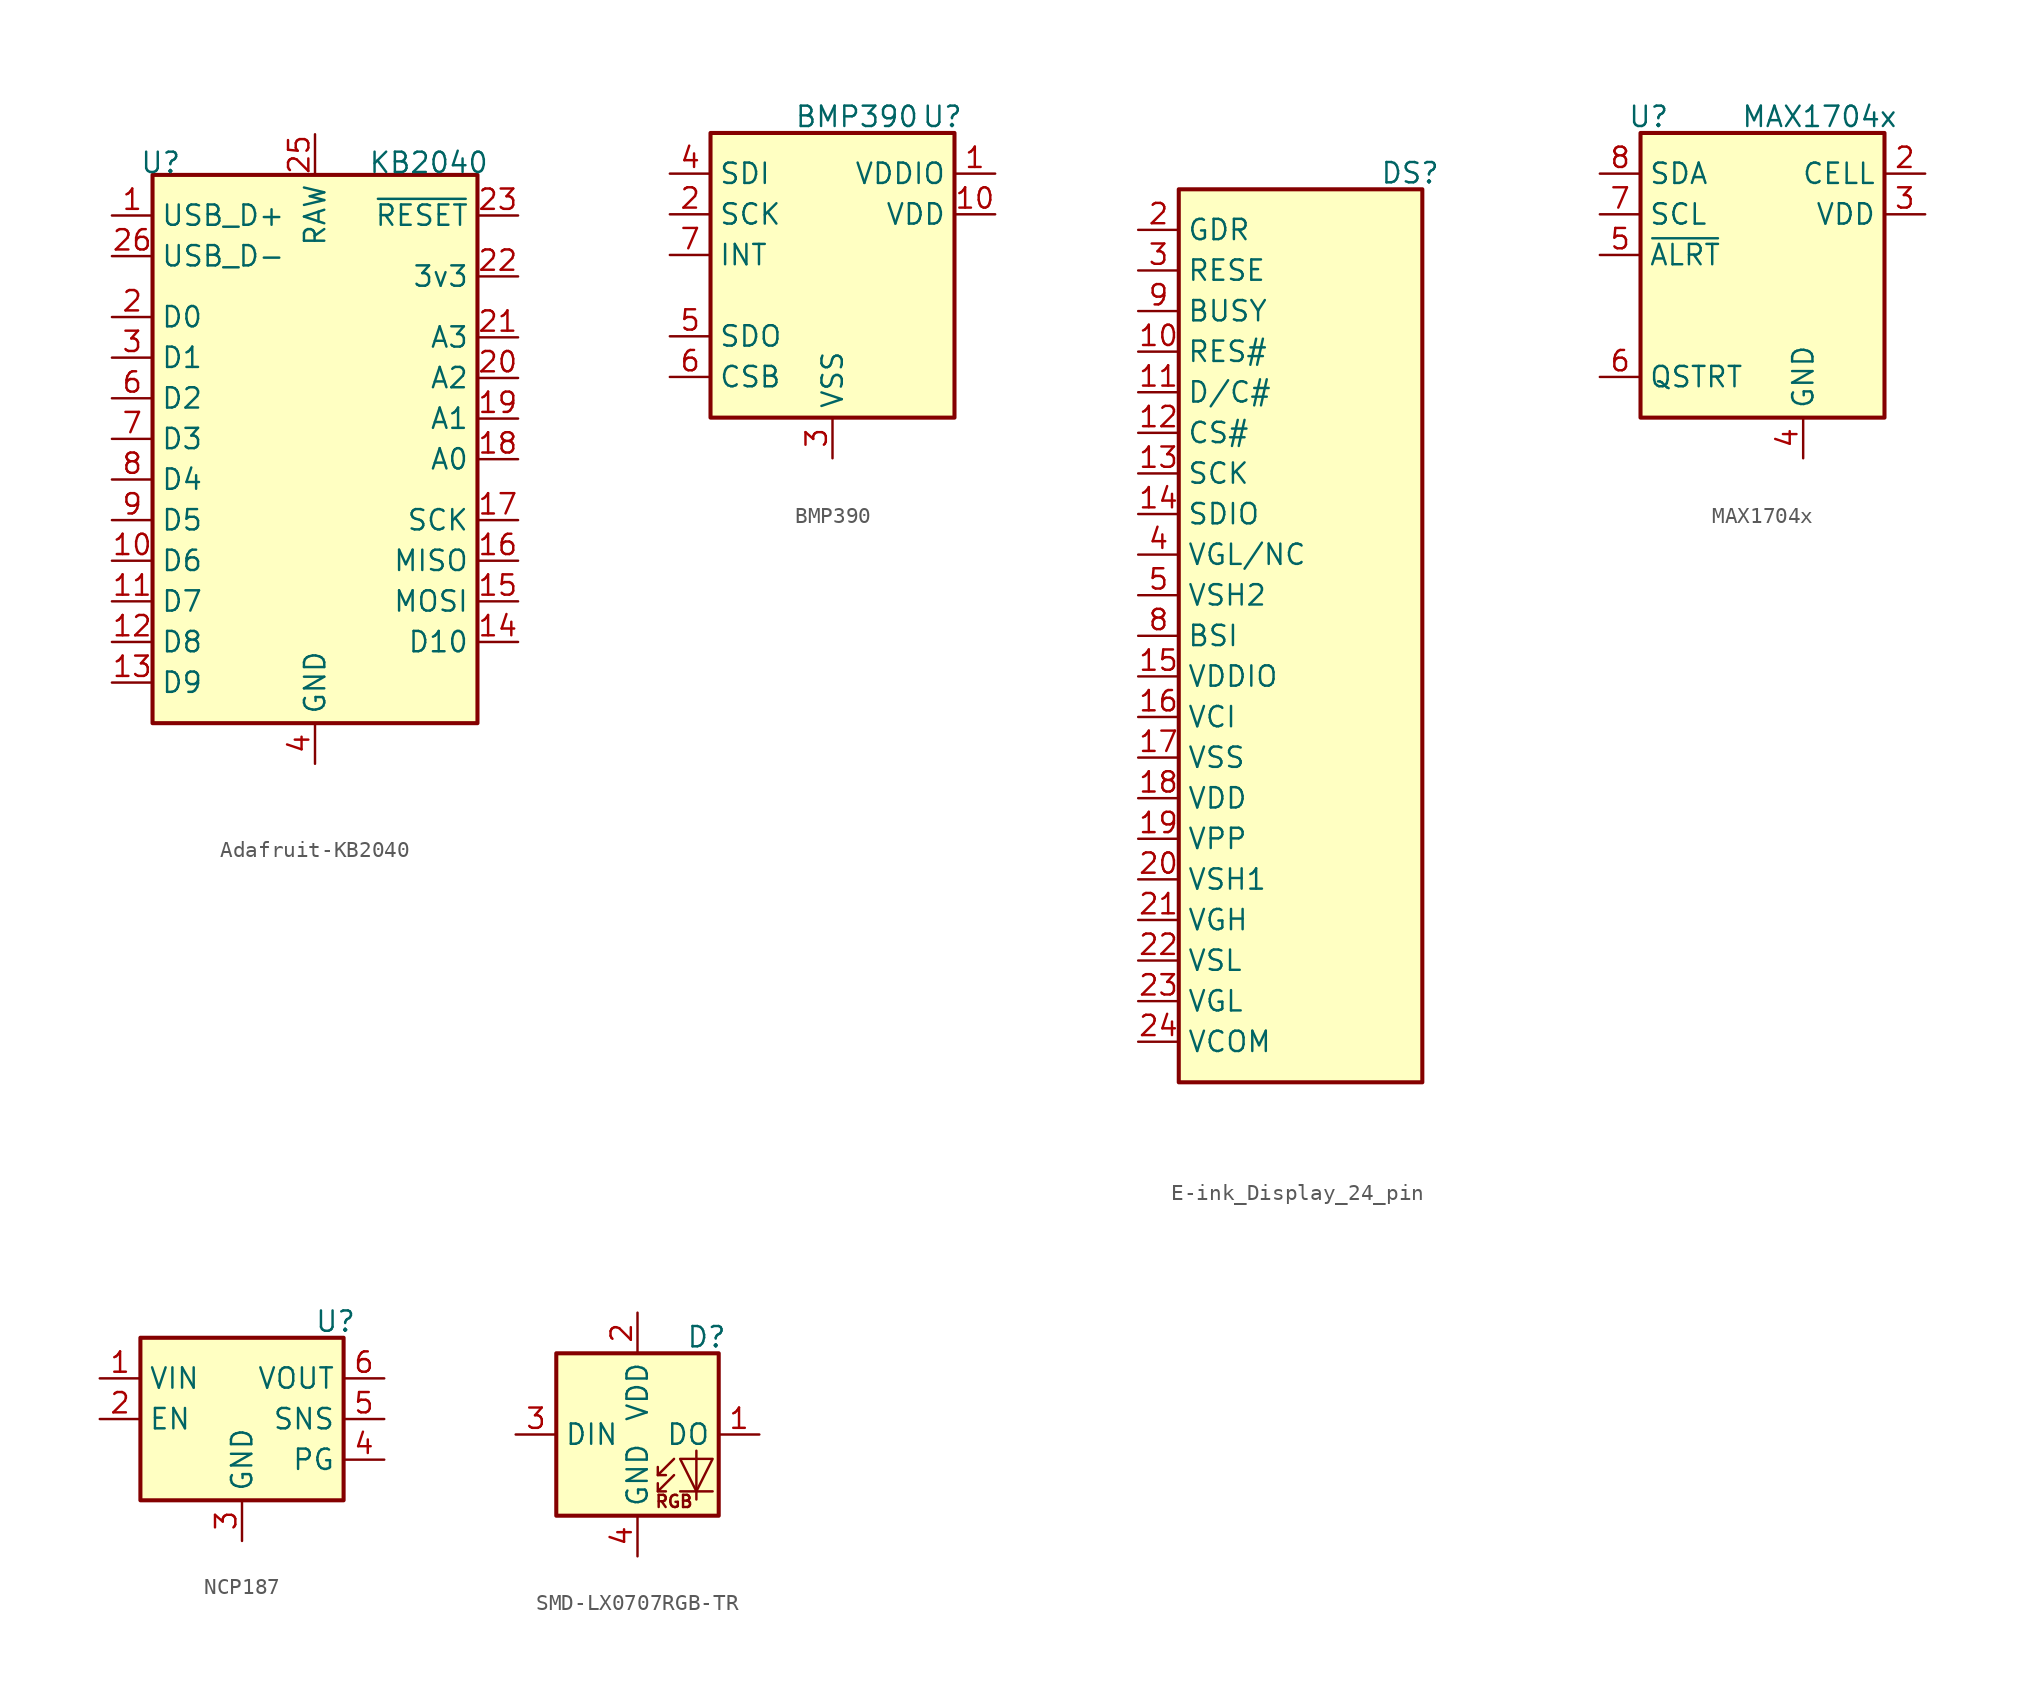
<source format=kicad_sym>
(kicad_symbol_lib
  (version 20231120)
  (generator "kicad_symbol_editor")
  (generator_version "8.0")
  (symbol "Adafruit-KB2040"
    (property "Reference" "U"
      (at -9.652 18.542 0)
      (effects (font (size 1.27 1.27))))
    (property "Value" "KB2040"
      (at 7.112 18.542 0)
      (effects (font (size 1.27 1.27))))
    (symbol "Adafruit-KB2040_0_1"
      (rectangle (start -10.16 17.78) (end 10.16 -16.51) (stroke (width 0.254) (type default)) (fill (type background))))
    (symbol "Adafruit-KB2040_1_1"
      (pin bidirectional line (at -12.7 15.24 0) (length 2.54) (name "USB_D+" (effects (font (size 1.27 1.27)))) (number "1" (effects (font (size 1.27 1.27)))))
      (pin bidirectional line (at -12.7 -6.35 0) (length 2.54) (name "D6" (effects (font (size 1.27 1.27)))) (number "10" (effects (font (size 1.27 1.27)))))
      (pin bidirectional line (at -12.7 -8.89 0) (length 2.54) (name "D7" (effects (font (size 1.27 1.27)))) (number "11" (effects (font (size 1.27 1.27)))))
      (pin bidirectional line (at -12.7 -11.43 0) (length 2.54) (name "D8" (effects (font (size 1.27 1.27)))) (number "12" (effects (font (size 1.27 1.27)))))
      (pin bidirectional line (at -12.7 -13.97 0) (length 2.54) (name "D9" (effects (font (size 1.27 1.27)))) (number "13" (effects (font (size 1.27 1.27)))))
      (pin bidirectional line (at 12.7 -11.43 180) (length 2.54) (name "D10" (effects (font (size 1.27 1.27)))) (number "14" (effects (font (size 1.27 1.27)))))
      (pin bidirectional line (at 12.7 -8.89 180) (length 2.54) (name "MOSI" (effects (font (size 1.27 1.27)))) (number "15" (effects (font (size 1.27 1.27)))))
      (pin bidirectional line (at 12.7 -6.35 180) (length 2.54) (name "MISO" (effects (font (size 1.27 1.27)))) (number "16" (effects (font (size 1.27 1.27)))))
      (pin bidirectional line (at 12.7 -3.81 180) (length 2.54) (name "SCK" (effects (font (size 1.27 1.27)))) (number "17" (effects (font (size 1.27 1.27)))))
      (pin bidirectional line (at 12.7 0 180) (length 2.54) (name "A0" (effects (font (size 1.27 1.27)))) (number "18" (effects (font (size 1.27 1.27)))))
      (pin bidirectional line (at 12.7 2.54 180) (length 2.54) (name "A1" (effects (font (size 1.27 1.27)))) (number "19" (effects (font (size 1.27 1.27)))))
      (pin bidirectional line (at -12.7 8.89 0) (length 2.54) (name "D0" (effects (font (size 1.27 1.27)))) (number "2" (effects (font (size 1.27 1.27)))))
      (pin bidirectional line (at 12.7 5.08 180) (length 2.54) (name "A2" (effects (font (size 1.27 1.27)))) (number "20" (effects (font (size 1.27 1.27)))))
      (pin bidirectional line (at 12.7 7.62 180) (length 2.54) (name "A3" (effects (font (size 1.27 1.27)))) (number "21" (effects (font (size 1.27 1.27)))))
      (pin power_out line (at 12.7 11.43 180) (length 2.54) (name "3v3" (effects (font (size 1.27 1.27)))) (number "22" (effects (font (size 1.27 1.27)))))
      (pin input line (at 12.7 15.24 180) (length 2.54) (name "~{RESET}" (effects (font (size 1.27 1.27)))) (number "23" (effects (font (size 1.27 1.27)))))
      (pin passive line (at 0 -19.05 90) (length 2.54) hide (name "GND" (effects (font (size 1.27 1.27)))) (number "24" (effects (font (size 1.27 1.27)))))
      (pin bidirectional line (at 0 20.32 270) (length 2.54) (name "RAW" (effects (font (size 1.27 1.27)))) (number "25" (effects (font (size 1.27 1.27)))))
      (pin bidirectional line (at -12.7 12.7 0) (length 2.54) (name "USB_D-" (effects (font (size 1.27 1.27)))) (number "26" (effects (font (size 1.27 1.27)))))
      (pin bidirectional line (at -12.7 6.35 0) (length 2.54) (name "D1" (effects (font (size 1.27 1.27)))) (number "3" (effects (font (size 1.27 1.27)))))
      (pin power_in line (at 0 -19.05 90) (length 2.54) (name "GND" (effects (font (size 1.27 1.27)))) (number "4" (effects (font (size 1.27 1.27)))))
      (pin passive line (at 0 -19.05 90) (length 2.54) hide (name "GND" (effects (font (size 1.27 1.27)))) (number "5" (effects (font (size 1.27 1.27)))))
      (pin bidirectional line (at -12.7 3.81 0) (length 2.54) (name "D2" (effects (font (size 1.27 1.27)))) (number "6" (effects (font (size 1.27 1.27)))))
      (pin bidirectional line (at -12.7 1.27 0) (length 2.54) (name "D3" (effects (font (size 1.27 1.27)))) (number "7" (effects (font (size 1.27 1.27)))))
      (pin bidirectional line (at -12.7 -1.27 0) (length 2.54) (name "D4" (effects (font (size 1.27 1.27)))) (number "8" (effects (font (size 1.27 1.27)))))
      (pin bidirectional line (at -12.7 -3.81 0) (length 2.54) (name "D5" (effects (font (size 1.27 1.27)))) (number "9" (effects (font (size 1.27 1.27)))))
      (pin passive line (at 12.7 -15.24 180) (length 2.54) hide (name "JMP" (effects (font (size 1.27 1.27)))) (number "JMP" (effects (font (size 1.27 1.27)))))))
  (symbol "BMP390"
    (property "Reference" "U"
      (at 6.858 9.906 0)
      (effects (font (size 1.27 1.27))))
    (property "Value" "BMP390"
      (at 1.524 9.906 0)
      (effects (font (size 1.27 1.27))))
    (symbol "BMP390_0_1"
      (rectangle (start -7.62 8.89) (end 7.62 -8.89) (stroke (width 0.254) (type default)) (fill (type background))))
    (symbol "BMP390_1_1"
      (pin power_in line (at 10.16 6.35 180) (length 2.54) (name "VDDIO" (effects (font (size 1.27 1.27)))) (number "1" (effects (font (size 1.27 1.27)))))
      (pin power_in line (at 10.16 3.81 180) (length 2.54) (name "VDD" (effects (font (size 1.27 1.27)))) (number "10" (effects (font (size 1.27 1.27)))))
      (pin input line (at -10.16 3.81 0) (length 2.54) (name "SCK" (effects (font (size 1.27 1.27)))) (number "2" (effects (font (size 1.27 1.27)))))
      (pin power_in line (at 0 -11.43 90) (length 2.54) (name "VSS" (effects (font (size 1.27 1.27)))) (number "3" (effects (font (size 1.27 1.27)))))
      (pin bidirectional line (at -10.16 6.35 0) (length 2.54) (name "SDI" (effects (font (size 1.27 1.27)))) (number "4" (effects (font (size 1.27 1.27)))))
      (pin output line (at -10.16 -3.81 0) (length 2.54) (name "SDO" (effects (font (size 1.27 1.27)))) (number "5" (effects (font (size 1.27 1.27)))))
      (pin output line (at -10.16 -6.35 0) (length 2.54) (name "CSB" (effects (font (size 1.27 1.27)))) (number "6" (effects (font (size 1.27 1.27)))))
      (pin output line (at -10.16 1.27 0) (length 2.54) (name "INT" (effects (font (size 1.27 1.27)))) (number "7" (effects (font (size 1.27 1.27)))))
      (pin power_in line (at 0 -11.43 90) (length 2.54) hide (name "VSS" (effects (font (size 1.27 1.27)))) (number "8" (effects (font (size 1.27 1.27)))))
      (pin power_in line (at 0 -11.43 90) (length 2.54) hide (name "VSS" (effects (font (size 1.27 1.27)))) (number "9" (effects (font (size 1.27 1.27)))))))
  (symbol "E-ink_Display_24_pin"
    (property "Reference" "DS"
      (at 6.858 28.956 0)
      (effects (font (size 1.27 1.27))))
    (property "Value" ""
      (at 2.54 -20.32 0)
      (effects (font (size 1.27 1.27))))
    (symbol "E-ink_Display_24_pin_0_1"
      (rectangle (start -7.62 27.94) (end 7.62 -27.94) (stroke (width 0.254) (type default)) (fill (type background))))
    (symbol "E-ink_Display_24_pin_1_1"
      (pin no_connect line (at 10.16 -15.24 180) (length 2.54) hide (name "NC" (effects (font (size 1.27 1.27)))) (number "1" (effects (font (size 1.27 1.27)))))
      (pin bidirectional line (at -10.16 17.78 0) (length 2.54) (name "RES#" (effects (font (size 1.27 1.27)))) (number "10" (effects (font (size 1.27 1.27)))))
      (pin bidirectional line (at -10.16 15.24 0) (length 2.54) (name "D/C#" (effects (font (size 1.27 1.27)))) (number "11" (effects (font (size 1.27 1.27)))))
      (pin bidirectional line (at -10.16 12.7 0) (length 2.54) (name "CS#" (effects (font (size 1.27 1.27)))) (number "12" (effects (font (size 1.27 1.27)))))
      (pin bidirectional line (at -10.16 10.16 0) (length 2.54) (name "SCK" (effects (font (size 1.27 1.27)))) (number "13" (effects (font (size 1.27 1.27)))))
      (pin bidirectional line (at -10.16 7.62 0) (length 2.54) (name "SDIO" (effects (font (size 1.27 1.27)))) (number "14" (effects (font (size 1.27 1.27)))))
      (pin bidirectional line (at -10.16 -2.54 0) (length 2.54) (name "VDDIO" (effects (font (size 1.27 1.27)))) (number "15" (effects (font (size 1.27 1.27)))))
      (pin bidirectional line (at -10.16 -5.08 0) (length 2.54) (name "VCI" (effects (font (size 1.27 1.27)))) (number "16" (effects (font (size 1.27 1.27)))))
      (pin bidirectional line (at -10.16 -7.62 0) (length 2.54) (name "VSS" (effects (font (size 1.27 1.27)))) (number "17" (effects (font (size 1.27 1.27)))))
      (pin bidirectional line (at -10.16 -10.16 0) (length 2.54) (name "VDD" (effects (font (size 1.27 1.27)))) (number "18" (effects (font (size 1.27 1.27)))))
      (pin no_connect line (at 10.16 -25.4 180) (length 2.54) hide (name "NC" (effects (font (size 1.27 1.27)))) (number "19" (effects (font (size 1.27 1.27)))))
      (pin bidirectional line (at -10.16 -12.7 0) (length 2.54) (name "VPP" (effects (font (size 1.27 1.27)))) (number "19" (effects (font (size 1.27 1.27)))))
      (pin bidirectional line (at -10.16 25.4 0) (length 2.54) (name "GDR" (effects (font (size 1.27 1.27)))) (number "2" (effects (font (size 1.27 1.27)))))
      (pin bidirectional line (at -10.16 -15.24 0) (length 2.54) (name "VSH1" (effects (font (size 1.27 1.27)))) (number "20" (effects (font (size 1.27 1.27)))))
      (pin bidirectional line (at -10.16 -17.78 0) (length 2.54) (name "VGH" (effects (font (size 1.27 1.27)))) (number "21" (effects (font (size 1.27 1.27)))))
      (pin bidirectional line (at -10.16 -20.32 0) (length 2.54) (name "VSL" (effects (font (size 1.27 1.27)))) (number "22" (effects (font (size 1.27 1.27)))))
      (pin bidirectional line (at -10.16 -22.86 0) (length 2.54) (name "VGL" (effects (font (size 1.27 1.27)))) (number "23" (effects (font (size 1.27 1.27)))))
      (pin bidirectional line (at -10.16 -25.4 0) (length 2.54) (name "VCOM" (effects (font (size 1.27 1.27)))) (number "24" (effects (font (size 1.27 1.27)))))
      (pin bidirectional line (at -10.16 22.86 0) (length 2.54) (name "RESE" (effects (font (size 1.27 1.27)))) (number "3" (effects (font (size 1.27 1.27)))))
      (pin no_connect line (at 10.16 -17.78 180) (length 2.54) hide (name "NC" (effects (font (size 1.27 1.27)))) (number "4" (effects (font (size 1.27 1.27)))))
      (pin bidirectional line (at -10.16 5.08 0) (length 2.54) (name "VGL/NC" (effects (font (size 1.27 1.27)))) (number "4" (effects (font (size 1.27 1.27)))))
      (pin bidirectional line (at -10.16 2.54 0) (length 2.54) (name "VSH2" (effects (font (size 1.27 1.27)))) (number "5" (effects (font (size 1.27 1.27)))))
      (pin no_connect line (at 10.16 -20.32 180) (length 2.54) hide (name "NC" (effects (font (size 1.27 1.27)))) (number "6" (effects (font (size 1.27 1.27)))))
      (pin no_connect line (at 10.16 -22.86 180) (length 2.54) hide (name "NC" (effects (font (size 1.27 1.27)))) (number "7" (effects (font (size 1.27 1.27)))))
      (pin bidirectional line (at -10.16 0 0) (length 2.54) (name "BSI" (effects (font (size 1.27 1.27)))) (number "8" (effects (font (size 1.27 1.27)))))
      (pin bidirectional line (at -10.16 20.32 0) (length 2.54) (name "BUSY" (effects (font (size 1.27 1.27)))) (number "9" (effects (font (size 1.27 1.27)))))))
  (symbol "MAX1704x"
    (property "Reference" "U"
      (at -7.112 9.906 0)
      (effects (font (size 1.27 1.27))))
    (property "Value" "MAX1704x"
      (at 3.556 9.906 0)
      (effects (font (size 1.27 1.27))))
    (symbol "MAX1704x_0_1"
      (rectangle (start -7.62 8.89) (end 7.62 -8.89) (stroke (width 0.254) (type default)) (fill (type background))))
    (symbol "MAX1704x_1_1"
      (pin power_in line (at 2.54 -11.43 90) (length 2.54) hide (name "CTG" (effects (font (size 1.27 1.27)))) (number "1" (effects (font (size 1.27 1.27)))))
      (pin power_in line (at 10.16 6.35 180) (length 2.54) (name "CELL" (effects (font (size 1.27 1.27)))) (number "2" (effects (font (size 1.27 1.27)))))
      (pin power_in line (at 10.16 3.81 180) (length 2.54) (name "VDD" (effects (font (size 1.27 1.27)))) (number "3" (effects (font (size 1.27 1.27)))))
      (pin power_in line (at 2.54 -11.43 90) (length 2.54) (name "GND" (effects (font (size 1.27 1.27)))) (number "4" (effects (font (size 1.27 1.27)))))
      (pin output line (at -10.16 1.27 0) (length 2.54) (name "~{ALRT}" (effects (font (size 1.27 1.27)))) (number "5" (effects (font (size 1.27 1.27)))))
      (pin input line (at -10.16 -6.35 0) (length 2.54) (name "QSTRT" (effects (font (size 1.27 1.27)))) (number "6" (effects (font (size 1.27 1.27)))))
      (pin input line (at -10.16 3.81 0) (length 2.54) (name "SCL" (effects (font (size 1.27 1.27)))) (number "7" (effects (font (size 1.27 1.27)))))
      (pin bidirectional line (at -10.16 6.35 0) (length 2.54) (name "SDA" (effects (font (size 1.27 1.27)))) (number "8" (effects (font (size 1.27 1.27)))))))
  (symbol "NCP187"
    (property "Reference" "U"
      (at 5.842 6.096 0)
      (effects (font (size 1.27 1.27))))
    (symbol "NCP187_0_1"
      (rectangle (start -6.35 5.08) (end 6.35 -5.08) (stroke (width 0.254) (type default)) (fill (type background))))
    (symbol "NCP187_1_1"
      (pin power_in line (at -8.89 2.54 0) (length 2.54) (name "VIN" (effects (font (size 1.27 1.27)))) (number "1" (effects (font (size 1.27 1.27)))))
      (pin input line (at -8.89 0 0) (length 2.54) (name "EN" (effects (font (size 1.27 1.27)))) (number "2" (effects (font (size 1.27 1.27)))))
      (pin power_in line (at 0 -7.62 90) (length 2.54) (name "GND" (effects (font (size 1.27 1.27)))) (number "3" (effects (font (size 1.27 1.27)))))
      (pin output line (at 8.89 -2.54 180) (length 2.54) (name "PG" (effects (font (size 1.27 1.27)))) (number "4" (effects (font (size 1.27 1.27)))))
      (pin power_in line (at 8.89 0 180) (length 2.54) (name "SNS" (effects (font (size 1.27 1.27)))) (number "5" (effects (font (size 1.27 1.27)))))
      (pin power_out line (at 8.89 2.54 180) (length 2.54) (name "VOUT" (effects (font (size 1.27 1.27)))) (number "6" (effects (font (size 1.27 1.27)))))
      (pin passive line (at 0 -7.62 90) (length 2.54) hide (name "EP" (effects (font (size 1.27 1.27)))) (number "EP" (effects (font (size 1.27 1.27)))))))
  (symbol "SMD-LX0707RGB-TR"
    (property "Reference" "D"
      (at 4.318 6.096 0)
      (effects (font (size 1.27 1.27))))
    (property "Value" ""
      (at 0 0 0)
      (effects (font (size 1.27 1.27))))
    (symbol "SMD-LX0707RGB-TR_0_0"
      (text "RGB" (at 2.286 -4.191 0) (effects (font (size 0.762 0.762)))))
    (symbol "SMD-LX0707RGB-TR_0_1"
      (rectangle (start -5.08 5.08) (end 5.08 -5.08) (stroke (width 0.254) (type default)) (fill (type background)))
      (polyline (pts (xy 1.27 -3.556) (xy 1.778 -3.556)) (stroke (width 0) (type default)) (fill (type none)))
      (polyline (pts (xy 1.27 -2.54) (xy 1.778 -2.54)) (stroke (width 0) (type default)) (fill (type none)))
      (polyline (pts (xy 4.699 -3.556) (xy 2.667 -3.556)) (stroke (width 0) (type default)) (fill (type none)))
      (polyline (pts (xy 2.286 -2.54) (xy 1.27 -3.556) (xy 1.27 -3.048)) (stroke (width 0) (type default)) (fill (type none)))
      (polyline (pts (xy 2.286 -1.524) (xy 1.27 -2.54) (xy 1.27 -2.032)) (stroke (width 0) (type default)) (fill (type none)))
      (polyline (pts (xy 3.683 -1.016) (xy 3.683 -3.556) (xy 3.683 -4.064)) (stroke (width 0) (type default)) (fill (type none)))
      (polyline (pts (xy 4.699 -1.524) (xy 2.667 -1.524) (xy 3.683 -3.556) (xy 4.699 -1.524)) (stroke (width 0) (type default)) (fill (type none))))
    (symbol "SMD-LX0707RGB-TR_1_1"
      (pin output line (at 7.62 0 180) (length 2.54) (name "DO" (effects (font (size 1.27 1.27)))) (number "1" (effects (font (size 1.27 1.27)))))
      (pin power_in line (at 0 7.62 270) (length 2.54) (name "VDD" (effects (font (size 1.27 1.27)))) (number "2" (effects (font (size 1.27 1.27)))))
      (pin input line (at -7.62 0 0) (length 2.54) (name "DIN" (effects (font (size 1.27 1.27)))) (number "3" (effects (font (size 1.27 1.27)))))
      (pin power_in line (at 0 -7.62 90) (length 2.54) (name "GND" (effects (font (size 1.27 1.27)))) (number "4" (effects (font (size 1.27 1.27))))))))
</source>
